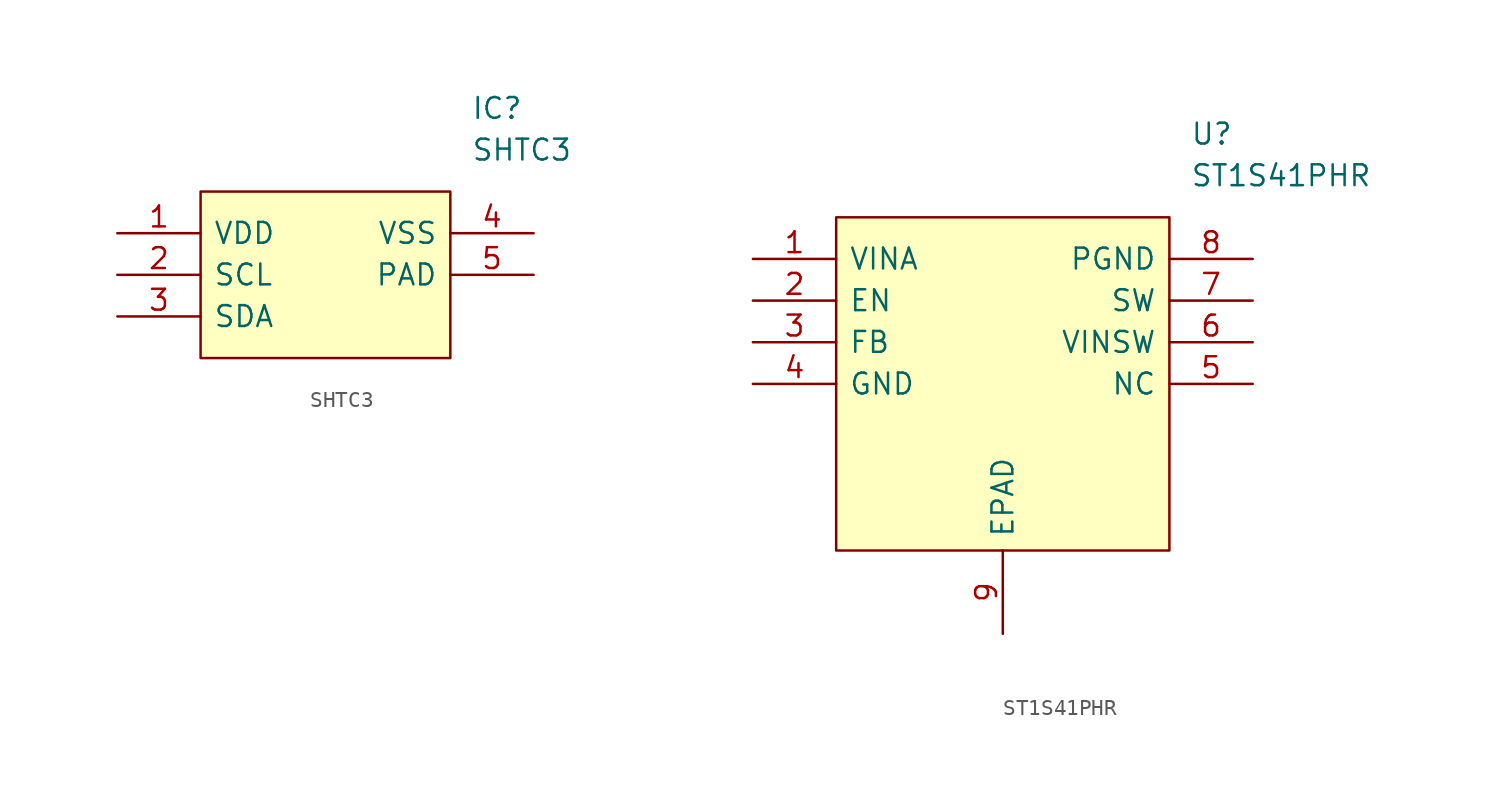
<source format=kicad_sym>
(kicad_symbol_lib
  (version 20211014)
  (generator kicad_symbol_editor)
  (symbol "SHTC3"
    (pin_names
      (offset 0.762))
    (property "Reference" "IC"
      (at 21.59 7.62 0)
      (effects (font (size 1.27 1.27)) (justify left)))
    (property "Value" "SHTC3"
      (at 21.59 5.08 0)
      (effects (font (size 1.27 1.27)) (justify left)))
    (symbol "SHTC3_0_0"
      (pin passive line (at 0 0 0) (length 5.08) (name "VDD" (effects (font (size 1.27 1.27)))) (number "1" (effects (font (size 1.27 1.27)))))
      (pin passive line (at 0 -2.54 0) (length 5.08) (name "SCL" (effects (font (size 1.27 1.27)))) (number "2" (effects (font (size 1.27 1.27)))))
      (pin passive line (at 0 -5.08 0) (length 5.08) (name "SDA" (effects (font (size 1.27 1.27)))) (number "3" (effects (font (size 1.27 1.27)))))
      (pin passive line (at 25.4 0 180) (length 5.08) (name "VSS" (effects (font (size 1.27 1.27)))) (number "4" (effects (font (size 1.27 1.27)))))
      (pin passive line (at 25.4 -2.54 180) (length 5.08) (name "PAD" (effects (font (size 1.27 1.27)))) (number "5" (effects (font (size 1.27 1.27))))))
    (symbol "SHTC3_0_1"
      (polyline (pts (xy 5.08 2.54) (xy 20.32 2.54) (xy 20.32 -7.62) (xy 5.08 -7.62) (xy 5.08 2.54)) (stroke (width 0) (type default) (color 0 0 0 0)) (fill (type background)))))
  (symbol "ST1S41PHR"
    (pin_names
      (offset 0.762))
    (property "Reference" "U"
      (at 26.67 7.62 0)
      (effects (font (size 1.27 1.27)) (justify left)))
    (property "Value" "ST1S41PHR"
      (at 26.67 5.08 0)
      (effects (font (size 1.27 1.27)) (justify left)))
    (symbol "ST1S41PHR_0_0"
      (pin passive line (at 0 0 0) (length 5.08) (name "VINA" (effects (font (size 1.27 1.27)))) (number "1" (effects (font (size 1.27 1.27)))))
      (pin passive line (at 0 -2.54 0) (length 5.08) (name "EN" (effects (font (size 1.27 1.27)))) (number "2" (effects (font (size 1.27 1.27)))))
      (pin passive line (at 0 -5.08 0) (length 5.08) (name "FB" (effects (font (size 1.27 1.27)))) (number "3" (effects (font (size 1.27 1.27)))))
      (pin passive line (at 0 -7.62 0) (length 5.08) (name "GND" (effects (font (size 1.27 1.27)))) (number "4" (effects (font (size 1.27 1.27)))))
      (pin passive line (at 30.48 -7.62 180) (length 5.08) (name "NC" (effects (font (size 1.27 1.27)))) (number "5" (effects (font (size 1.27 1.27)))))
      (pin passive line (at 30.48 -5.08 180) (length 5.08) (name "VINSW" (effects (font (size 1.27 1.27)))) (number "6" (effects (font (size 1.27 1.27)))))
      (pin passive line (at 30.48 -2.54 180) (length 5.08) (name "SW" (effects (font (size 1.27 1.27)))) (number "7" (effects (font (size 1.27 1.27)))))
      (pin passive line (at 30.48 0 180) (length 5.08) (name "PGND" (effects (font (size 1.27 1.27)))) (number "8" (effects (font (size 1.27 1.27)))))
      (pin passive line (at 15.24 -22.86 90) (length 5.08) (name "EPAD" (effects (font (size 1.27 1.27)))) (number "9" (effects (font (size 1.27 1.27))))))
    (symbol "ST1S41PHR_0_1"
      (polyline (pts (xy 5.08 2.54) (xy 25.4 2.54) (xy 25.4 -17.78) (xy 5.08 -17.78) (xy 5.08 2.54)) (stroke (width 0) (type default) (color 0 0 0 0)) (fill (type background))))))
</source>
